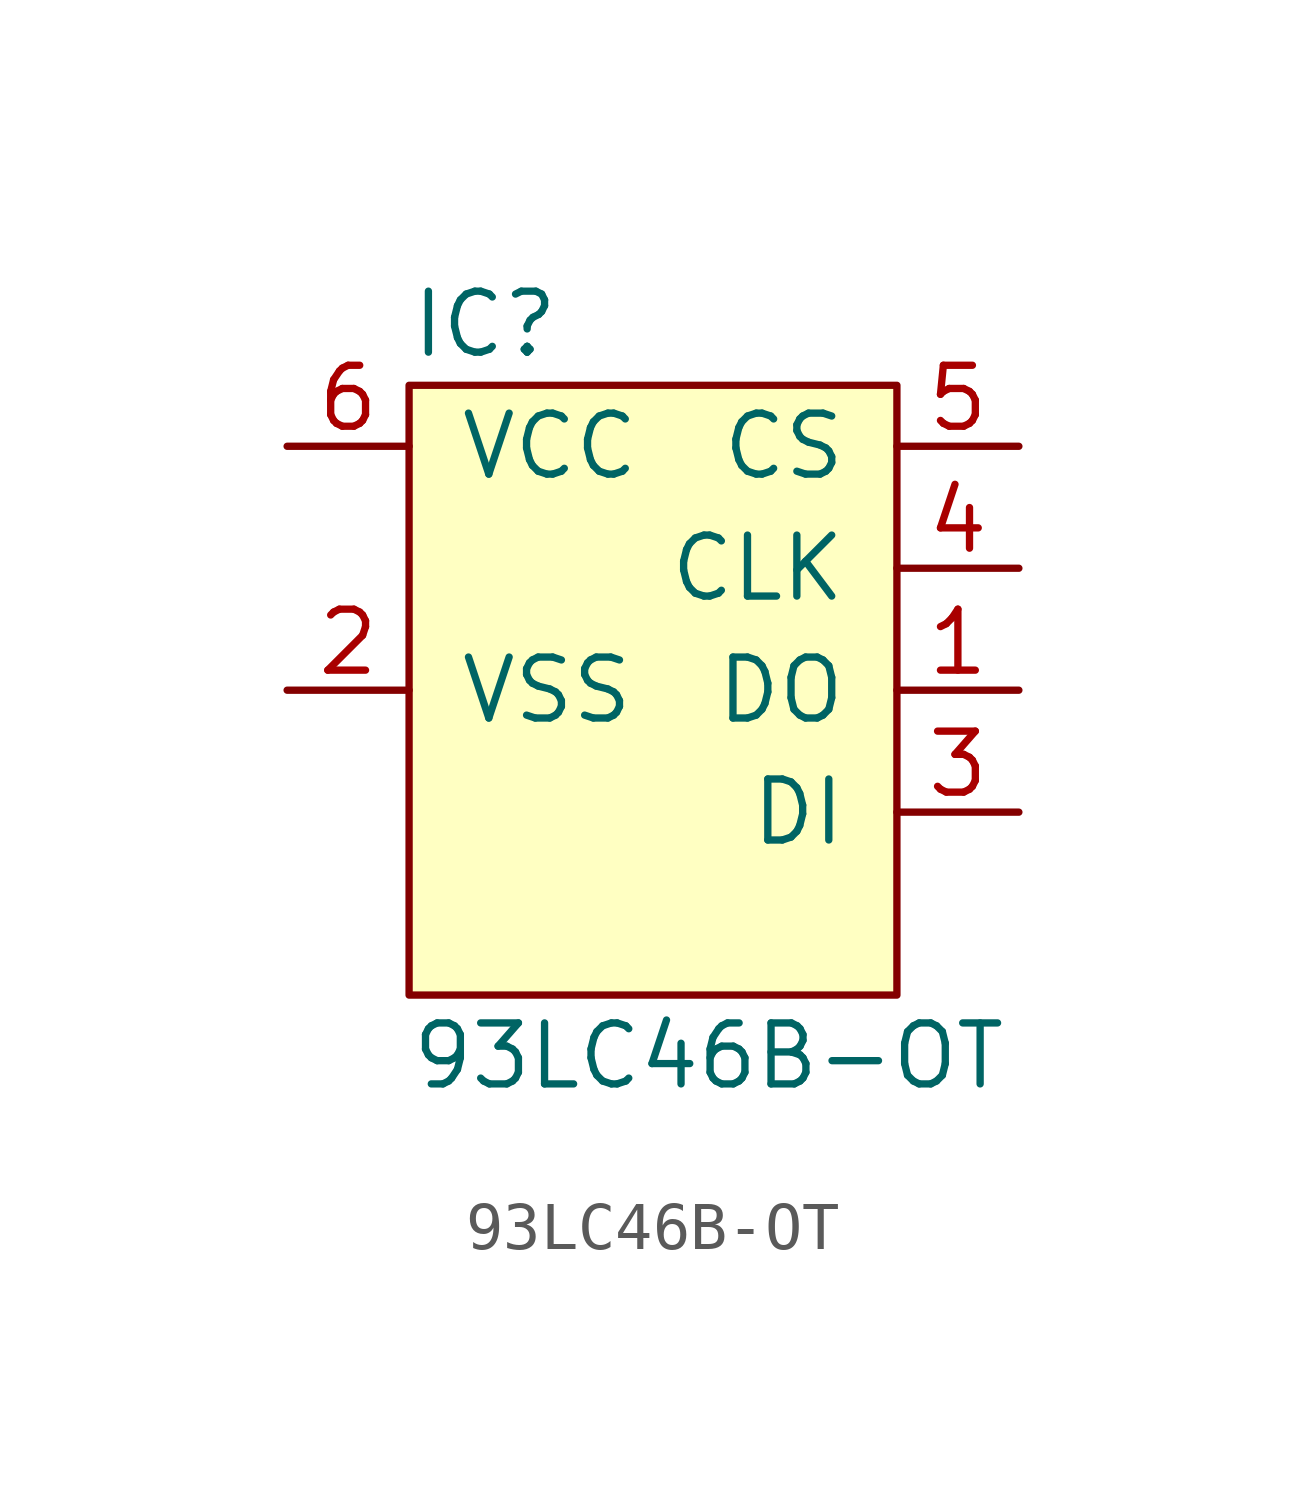
<source format=kicad_sym>
(kicad_symbol_lib
  (version 20211014)
  (generator agg_kicad.build_lib_ic)
  (symbol "93LC46B-OT"
    (pin_names
      (offset 1.016))
    (property Reference IC
      (at -5.08 7.62 0)
      (effects (font (size 1.27 1.27)) (justify left)))
    (property Value "93LC46B-OT"
      (at -5.08 -7.62 0)
      (effects (font (size 1.27 1.27)) (justify left)))
    (symbol "93LC46B-OT_0_0"
      (rectangle (start -5.08 6.35) (end 5.08 -6.35) (stroke (width 0) (type default) (color 0 0 0 0)) (fill (type background)))
      (pin power_in line (at -7.62 5.08 0) (length 2.54) (name VCC (effects (font (size 1.27 1.27)))) (number "6" (effects (font (size 1.27 1.27)))))
      (pin power_in line (at -7.62 0 0) (length 2.54) (name VSS (effects (font (size 1.27 1.27)))) (number "2" (effects (font (size 1.27 1.27)))))
      (pin input line (at 7.62 5.08 180) (length 2.54) (name CS (effects (font (size 1.27 1.27)))) (number "5" (effects (font (size 1.27 1.27)))))
      (pin input line (at 7.62 2.54 180) (length 2.54) (name CLK (effects (font (size 1.27 1.27)))) (number "4" (effects (font (size 1.27 1.27)))))
      (pin output line (at 7.62 0 180) (length 2.54) (name DO (effects (font (size 1.27 1.27)))) (number "1" (effects (font (size 1.27 1.27)))))
      (pin input line (at 7.62 -2.54 180) (length 2.54) (name DI (effects (font (size 1.27 1.27)))) (number "3" (effects (font (size 1.27 1.27))))))))
</source>
